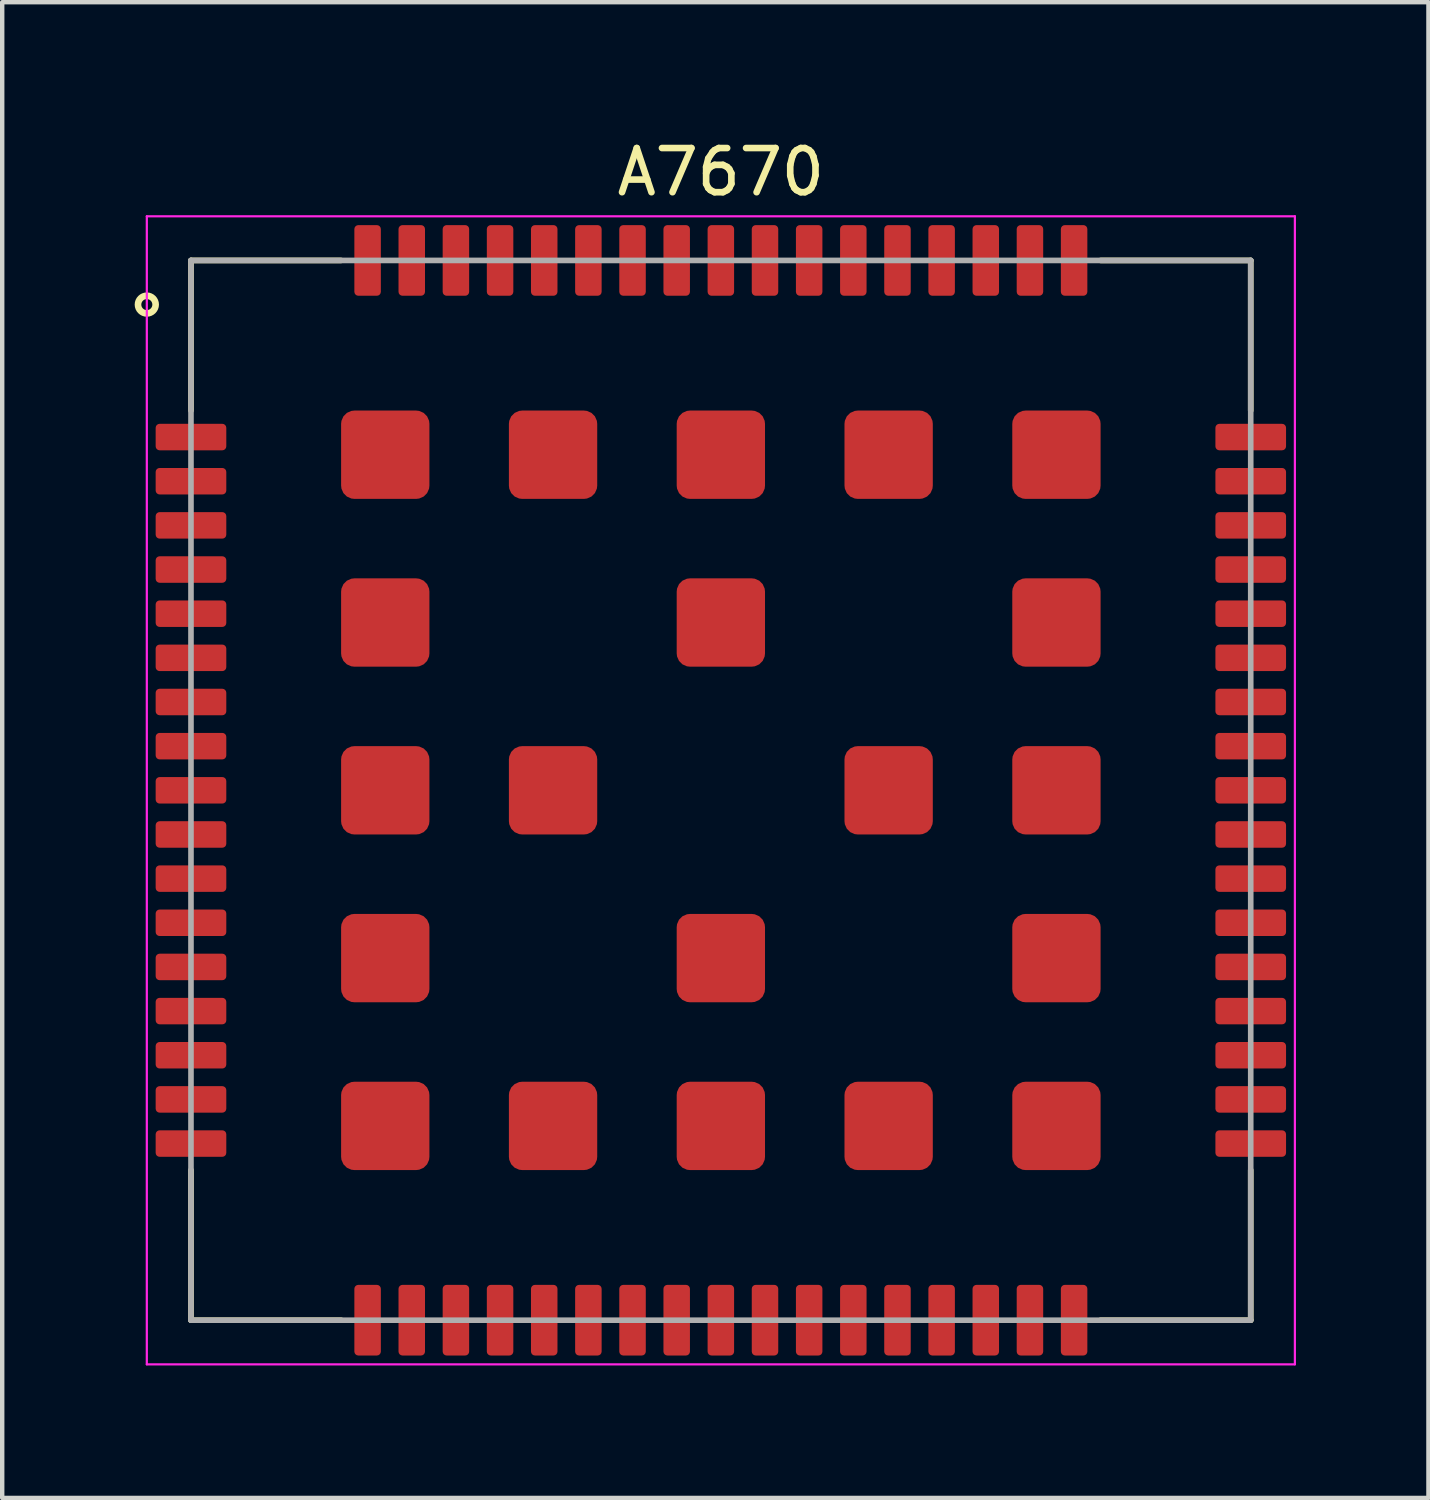
<source format=kicad_pcb>
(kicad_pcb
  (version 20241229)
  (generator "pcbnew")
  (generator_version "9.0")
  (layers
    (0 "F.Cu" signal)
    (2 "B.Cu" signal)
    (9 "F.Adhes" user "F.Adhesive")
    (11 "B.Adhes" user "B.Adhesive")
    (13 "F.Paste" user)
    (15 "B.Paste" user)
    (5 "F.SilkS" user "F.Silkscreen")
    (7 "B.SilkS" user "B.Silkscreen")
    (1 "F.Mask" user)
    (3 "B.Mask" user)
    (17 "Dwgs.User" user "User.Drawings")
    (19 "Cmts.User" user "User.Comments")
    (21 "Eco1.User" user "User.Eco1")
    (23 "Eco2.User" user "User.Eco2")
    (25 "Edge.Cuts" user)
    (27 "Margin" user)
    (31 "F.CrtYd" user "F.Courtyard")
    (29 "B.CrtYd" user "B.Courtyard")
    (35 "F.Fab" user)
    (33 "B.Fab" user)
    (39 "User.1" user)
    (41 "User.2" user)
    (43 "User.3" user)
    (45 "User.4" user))
  (footprint "A7670"
    (layer "F.Cu")
    (at 13.275 14.848)
    (property "Reference" "A7670" (at 0 -14 0) (layer "F.SilkS") (effects (font (size 1 1) (thickness 0.15))))
    (attr smd)
    (fp_line (start -12 -12) (end -8.6 -12) (stroke (width 0.127) (type solid)) (layer "F.SilkS"))
    (fp_line (start -12 -8.6) (end -12 -12) (stroke (width 0.127) (type solid)) (layer "F.SilkS"))
    (fp_line (start -12 8.6) (end -12 12) (stroke (width 0.127) (type solid)) (layer "F.SilkS"))
    (fp_line (start -12 12) (end -8.6 12) (stroke (width 0.127) (type solid)) (layer "F.SilkS"))
    (fp_line (start 8.6 -12) (end 12 -12) (stroke (width 0.127) (type solid)) (layer "F.SilkS"))
    (fp_line (start 12 -12) (end 12 -8.6) (stroke (width 0.127) (type solid)) (layer "F.SilkS"))
    (fp_line (start 12 8.6) (end 12 12) (stroke (width 0.127) (type solid)) (layer "F.SilkS"))
    (fp_line (start 12 12) (end 8.6 12) (stroke (width 0.127) (type solid)) (layer "F.SilkS"))
    (fp_circle (center -13 -11) (end -12.8 -11) (stroke (width 0.15) (type solid)) (fill no) (layer "F.SilkS"))
    (fp_line (start -13 -13) (end -13 13) (stroke (width 0.05) (type solid)) (layer "F.CrtYd"))
    (fp_line (start -13 -13) (end 13 -13) (stroke (width 0.05) (type solid)) (layer "F.CrtYd"))
    (fp_line (start 13 -13) (end 13 13) (stroke (width 0.05) (type solid)) (layer "F.CrtYd"))
    (fp_line (start 13 13) (end -13 13) (stroke (width 0.05) (type solid)) (layer "F.CrtYd"))
    (fp_line (start -12 -12) (end 12 -12) (stroke (width 0.127) (type solid)) (layer "F.Fab"))
    (fp_line (start -12 12) (end -12 -12) (stroke (width 0.127) (type solid)) (layer "F.Fab"))
    (fp_line (start 12 -12) (end 12 12) (stroke (width 0.127) (type solid)) (layer "F.Fab"))
    (fp_line (start 12 12) (end -12 12) (stroke (width 0.127) (type solid)) (layer "F.Fab"))
    (pad "1" smd roundrect (at -12 -8) (size 1.6 0.6) (layers "F.Cu" "F.Mask" "F.Paste") (roundrect_rratio 0.15))
    (pad "2" smd roundrect (at -12 -7) (size 1.6 0.6) (layers "F.Cu" "F.Mask" "F.Paste") (roundrect_rratio 0.15))
    (pad "3" smd roundrect (at -12 -6) (size 1.6 0.6) (layers "F.Cu" "F.Mask" "F.Paste") (roundrect_rratio 0.15))
    (pad "4" smd roundrect (at -12 -5) (size 1.6 0.6) (layers "F.Cu" "F.Mask" "F.Paste") (roundrect_rratio 0.15))
    (pad "5" smd roundrect (at -12 -4) (size 1.6 0.6) (layers "F.Cu" "F.Mask" "F.Paste") (roundrect_rratio 0.15))
    (pad "6" smd roundrect (at -12 -3) (size 1.6 0.6) (layers "F.Cu" "F.Mask" "F.Paste") (roundrect_rratio 0.15))
    (pad "7" smd roundrect (at -12 -2) (size 1.6 0.6) (layers "F.Cu" "F.Mask" "F.Paste") (roundrect_rratio 0.15))
    (pad "8" smd roundrect (at -12 -1) (size 1.6 0.6) (layers "F.Cu" "F.Mask" "F.Paste") (roundrect_rratio 0.15))
    (pad "9" smd roundrect (at -12 0) (size 1.6 0.6) (layers "F.Cu" "F.Mask" "F.Paste") (roundrect_rratio 0.15))
    (pad "10" smd roundrect (at -12 1) (size 1.6 0.6) (layers "F.Cu" "F.Mask" "F.Paste") (roundrect_rratio 0.15))
    (pad "11" smd roundrect (at -12 2) (size 1.6 0.6) (layers "F.Cu" "F.Mask" "F.Paste") (roundrect_rratio 0.15))
    (pad "12" smd roundrect (at -12 3) (size 1.6 0.6) (layers "F.Cu" "F.Mask" "F.Paste") (roundrect_rratio 0.15))
    (pad "13" smd roundrect (at -12 4) (size 1.6 0.6) (layers "F.Cu" "F.Mask" "F.Paste") (roundrect_rratio 0.15))
    (pad "14" smd roundrect (at -12 5) (size 1.6 0.6) (layers "F.Cu" "F.Mask" "F.Paste") (roundrect_rratio 0.15))
    (pad "15" smd roundrect (at -12 6) (size 1.6 0.6) (layers "F.Cu" "F.Mask" "F.Paste") (roundrect_rratio 0.15))
    (pad "16" smd roundrect (at -12 7) (size 1.6 0.6) (layers "F.Cu" "F.Mask" "F.Paste") (roundrect_rratio 0.15))
    (pad "17" smd roundrect (at -12 8) (size 1.6 0.6) (layers "F.Cu" "F.Mask" "F.Paste") (roundrect_rratio 0.15))
    (pad "18" smd roundrect (at -8 12 90) (size 1.6 0.6) (layers "F.Cu" "F.Mask" "F.Paste") (roundrect_rratio 0.15))
    (pad "19" smd roundrect (at -7 12 90) (size 1.6 0.6) (layers "F.Cu" "F.Mask" "F.Paste") (roundrect_rratio 0.15))
    (pad "20" smd roundrect (at -6 12 90) (size 1.6 0.6) (layers "F.Cu" "F.Mask" "F.Paste") (roundrect_rratio 0.15))
    (pad "21" smd roundrect (at -5 12 90) (size 1.6 0.6) (layers "F.Cu" "F.Mask" "F.Paste") (roundrect_rratio 0.15))
    (pad "22" smd roundrect (at -4 12 90) (size 1.6 0.6) (layers "F.Cu" "F.Mask" "F.Paste") (roundrect_rratio 0.15))
    (pad "23" smd roundrect (at -3 12 90) (size 1.6 0.6) (layers "F.Cu" "F.Mask" "F.Paste") (roundrect_rratio 0.15))
    (pad "24" smd roundrect (at -2 12 90) (size 1.6 0.6) (layers "F.Cu" "F.Mask" "F.Paste") (roundrect_rratio 0.15))
    (pad "25" smd roundrect (at -1 12 90) (size 1.6 0.6) (layers "F.Cu" "F.Mask" "F.Paste") (roundrect_rratio 0.15))
    (pad "26" smd roundrect (at 0 12 90) (size 1.6 0.6) (layers "F.Cu" "F.Mask" "F.Paste") (roundrect_rratio 0.15))
    (pad "27" smd roundrect (at 1 12 90) (size 1.6 0.6) (layers "F.Cu" "F.Mask" "F.Paste") (roundrect_rratio 0.15))
    (pad "28" smd roundrect (at 2 12 90) (size 1.6 0.6) (layers "F.Cu" "F.Mask" "F.Paste") (roundrect_rratio 0.15))
    (pad "29" smd roundrect (at 3 12 90) (size 1.6 0.6) (layers "F.Cu" "F.Mask" "F.Paste") (roundrect_rratio 0.15))
    (pad "30" smd roundrect (at 4 12 90) (size 1.6 0.6) (layers "F.Cu" "F.Mask" "F.Paste") (roundrect_rratio 0.15))
    (pad "31" smd roundrect (at 5 12 90) (size 1.6 0.6) (layers "F.Cu" "F.Mask" "F.Paste") (roundrect_rratio 0.15))
    (pad "32" smd roundrect (at 6 12 90) (size 1.6 0.6) (layers "F.Cu" "F.Mask" "F.Paste") (roundrect_rratio 0.15))
    (pad "33" smd roundrect (at 7 12 90) (size 1.6 0.6) (layers "F.Cu" "F.Mask" "F.Paste") (roundrect_rratio 0.15))
    (pad "34" smd roundrect (at 8 12 90) (size 1.6 0.6) (layers "F.Cu" "F.Mask" "F.Paste") (roundrect_rratio 0.15))
    (pad "35" smd roundrect (at 12 8 180) (size 1.6 0.6) (layers "F.Cu" "F.Mask" "F.Paste") (roundrect_rratio 0.15))
    (pad "36" smd roundrect (at 12 7 180) (size 1.6 0.6) (layers "F.Cu" "F.Mask" "F.Paste") (roundrect_rratio 0.15))
    (pad "37" smd roundrect (at 12 6 180) (size 1.6 0.6) (layers "F.Cu" "F.Mask" "F.Paste") (roundrect_rratio 0.15))
    (pad "38" smd roundrect (at 12 5 180) (size 1.6 0.6) (layers "F.Cu" "F.Mask" "F.Paste") (roundrect_rratio 0.15))
    (pad "39" smd roundrect (at 12 4 180) (size 1.6 0.6) (layers "F.Cu" "F.Mask" "F.Paste") (roundrect_rratio 0.15))
    (pad "40" smd roundrect (at 12 3 180) (size 1.6 0.6) (layers "F.Cu" "F.Mask" "F.Paste") (roundrect_rratio 0.15))
    (pad "41" smd roundrect (at 12 2 180) (size 1.6 0.6) (layers "F.Cu" "F.Mask" "F.Paste") (roundrect_rratio 0.15))
    (pad "42" smd roundrect (at 12 1 180) (size 1.6 0.6) (layers "F.Cu" "F.Mask" "F.Paste") (roundrect_rratio 0.15))
    (pad "43" smd roundrect (at 12 0 180) (size 1.6 0.6) (layers "F.Cu" "F.Mask" "F.Paste") (roundrect_rratio 0.15))
    (pad "44" smd roundrect (at 12 -1 180) (size 1.6 0.6) (layers "F.Cu" "F.Mask" "F.Paste") (roundrect_rratio 0.15))
    (pad "45" smd roundrect (at 12 -2 180) (size 1.6 0.6) (layers "F.Cu" "F.Mask" "F.Paste") (roundrect_rratio 0.15))
    (pad "46" smd roundrect (at 12 -3 180) (size 1.6 0.6) (layers "F.Cu" "F.Mask" "F.Paste") (roundrect_rratio 0.15))
    (pad "47" smd roundrect (at 12 -4 180) (size 1.6 0.6) (layers "F.Cu" "F.Mask" "F.Paste") (roundrect_rratio 0.15))
    (pad "48" smd roundrect (at 12 -5 180) (size 1.6 0.6) (layers "F.Cu" "F.Mask" "F.Paste") (roundrect_rratio 0.15))
    (pad "49" smd roundrect (at 12 -6 180) (size 1.6 0.6) (layers "F.Cu" "F.Mask" "F.Paste") (roundrect_rratio 0.15))
    (pad "50" smd roundrect (at 12 -7 180) (size 1.6 0.6) (layers "F.Cu" "F.Mask" "F.Paste") (roundrect_rratio 0.15))
    (pad "51" smd roundrect (at 12 -8 180) (size 1.6 0.6) (layers "F.Cu" "F.Mask" "F.Paste") (roundrect_rratio 0.15))
    (pad "52" smd roundrect (at 8 -12 270) (size 1.6 0.6) (layers "F.Cu" "F.Mask" "F.Paste") (roundrect_rratio 0.15))
    (pad "53" smd roundrect (at 7 -12 270) (size 1.6 0.6) (layers "F.Cu" "F.Mask" "F.Paste") (roundrect_rratio 0.15))
    (pad "54" smd roundrect (at 6 -12 270) (size 1.6 0.6) (layers "F.Cu" "F.Mask" "F.Paste") (roundrect_rratio 0.15))
    (pad "55" smd roundrect (at 5 -12 270) (size 1.6 0.6) (layers "F.Cu" "F.Mask" "F.Paste") (roundrect_rratio 0.15))
    (pad "56" smd roundrect (at 4 -12 270) (size 1.6 0.6) (layers "F.Cu" "F.Mask" "F.Paste") (roundrect_rratio 0.15))
    (pad "57" smd roundrect (at 3 -12 270) (size 1.6 0.6) (layers "F.Cu" "F.Mask" "F.Paste") (roundrect_rratio 0.15))
    (pad "58" smd roundrect (at 2 -12 270) (size 1.6 0.6) (layers "F.Cu" "F.Mask" "F.Paste") (roundrect_rratio 0.15))
    (pad "59" smd roundrect (at 1 -12 270) (size 1.6 0.6) (layers "F.Cu" "F.Mask" "F.Paste") (roundrect_rratio 0.15))
    (pad "60" smd roundrect (at 0 -12 270) (size 1.6 0.6) (layers "F.Cu" "F.Mask" "F.Paste") (roundrect_rratio 0.15))
    (pad "61" smd roundrect (at -1 -12 270) (size 1.6 0.6) (layers "F.Cu" "F.Mask" "F.Paste") (roundrect_rratio 0.15))
    (pad "62" smd roundrect (at -2 -12 270) (size 1.6 0.6) (layers "F.Cu" "F.Mask" "F.Paste") (roundrect_rratio 0.15))
    (pad "63" smd roundrect (at -3 -12 270) (size 1.6 0.6) (layers "F.Cu" "F.Mask" "F.Paste") (roundrect_rratio 0.15))
    (pad "64" smd roundrect (at -4 -12 270) (size 1.6 0.6) (layers "F.Cu" "F.Mask" "F.Paste") (roundrect_rratio 0.15))
    (pad "65" smd roundrect (at -5 -12 270) (size 1.6 0.6) (layers "F.Cu" "F.Mask" "F.Paste") (roundrect_rratio 0.15))
    (pad "66" smd roundrect (at -6 -12 270) (size 1.6 0.6) (layers "F.Cu" "F.Mask" "F.Paste") (roundrect_rratio 0.15))
    (pad "67" smd roundrect (at -7 -12 270) (size 1.6 0.6) (layers "F.Cu" "F.Mask" "F.Paste") (roundrect_rratio 0.15))
    (pad "68" smd roundrect (at -8 -12 270) (size 1.6 0.6) (layers "F.Cu" "F.Mask" "F.Paste") (roundrect_rratio 0.15))
    (pad "69" smd roundrect (at -7.6 -7.6) (size 2 2) (layers "F.Cu" "F.Mask" "F.Paste") (roundrect_rratio 0.15))
    (pad "70" smd roundrect (at -7.6 -3.8) (size 2 2) (layers "F.Cu" "F.Mask" "F.Paste") (roundrect_rratio 0.15))
    (pad "71" smd roundrect (at -7.6 0) (size 2 2) (layers "F.Cu" "F.Mask" "F.Paste") (roundrect_rratio 0.15))
    (pad "72" smd roundrect (at -7.6 3.8) (size 2 2) (layers "F.Cu" "F.Mask" "F.Paste") (roundrect_rratio 0.15))
    (pad "73" smd roundrect (at -7.6 7.6) (size 2 2) (layers "F.Cu" "F.Mask" "F.Paste") (roundrect_rratio 0.15))
    (pad "74" smd roundrect (at -3.8 7.6) (size 2 2) (layers "F.Cu" "F.Mask" "F.Paste") (roundrect_rratio 0.15))
    (pad "75" smd roundrect (at 0 7.6) (size 2 2) (layers "F.Cu" "F.Mask" "F.Paste") (roundrect_rratio 0.15))
    (pad "76" smd roundrect (at 3.8 7.6) (size 2 2) (layers "F.Cu" "F.Mask" "F.Paste") (roundrect_rratio 0.15))
    (pad "77" smd roundrect (at 7.6 7.6) (size 2 2) (layers "F.Cu" "F.Mask" "F.Paste") (roundrect_rratio 0.15))
    (pad "78" smd roundrect (at 7.6 3.8) (size 2 2) (layers "F.Cu" "F.Mask" "F.Paste") (roundrect_rratio 0.15))
    (pad "79" smd roundrect (at 7.6 0) (size 2 2) (layers "F.Cu" "F.Mask" "F.Paste") (roundrect_rratio 0.15))
    (pad "80" smd roundrect (at 7.6 -3.8) (size 2 2) (layers "F.Cu" "F.Mask" "F.Paste") (roundrect_rratio 0.15))
    (pad "81" smd roundrect (at 7.6 -7.6) (size 2 2) (layers "F.Cu" "F.Mask" "F.Paste") (roundrect_rratio 0.15))
    (pad "82" smd roundrect (at 3.8 -7.6) (size 2 2) (layers "F.Cu" "F.Mask" "F.Paste") (roundrect_rratio 0.15))
    (pad "83" smd roundrect (at 0 -7.6) (size 2 2) (layers "F.Cu" "F.Mask" "F.Paste") (roundrect_rratio 0.15))
    (pad "84" smd roundrect (at -3.8 -7.6) (size 2 2) (layers "F.Cu" "F.Mask" "F.Paste") (roundrect_rratio 0.15))
    (pad "85" smd roundrect (at -3.8 0) (size 2 2) (layers "F.Cu" "F.Mask" "F.Paste") (roundrect_rratio 0.15))
    (pad "86" smd roundrect (at 0 3.8) (size 2 2) (layers "F.Cu" "F.Mask" "F.Paste") (roundrect_rratio 0.15))
    (pad "87" smd roundrect (at 3.8 0) (size 2 2) (layers "F.Cu" "F.Mask" "F.Paste") (roundrect_rratio 0.15))
    (pad "88" smd roundrect (at 0 -3.8) (size 2 2) (layers "F.Cu" "F.Mask" "F.Paste") (roundrect_rratio 0.15))
    (zone (net_name "") (layers "F.Cu" "B.Cu") (name "Forbidden") (hatch full 0.5) (connect_pads) (min_thickness 0.25) (filled_areas_thickness no) (keepout (tracks not_allowed) (vias not_allowed) (pads not_allowed) (copperpour not_allowed) (footprints allowed)) (placement (enabled no)) (fill) (polygon (pts (xy 2.375 6.098) (xy 3.875 6.098) (xy 3.875 7.598) (xy 2.375 7.598))))
    (zone (net_name "") (layers "F.Cu" "B.Cu") (name "Forbidden") (hatch full 0.5) (connect_pads) (min_thickness 0.25) (filled_areas_thickness no) (keepout (tracks not_allowed) (vias not_allowed) (pads not_allowed) (copperpour allowed) (footprints allowed)) (placement (enabled no)) (fill) (polygon (pts (xy 16.975 19.148) (xy 14.572 19.148) (xy 14.572 16.751) (xy 14.575 16.748) (xy 16.975 16.748)))))
  (gr_rect
    (start -3 -3)
    (end 29.3 30.873)
    (stroke (width 0.1) (type default))
    (fill no)
    (layer "Edge.Cuts")))
</source>
